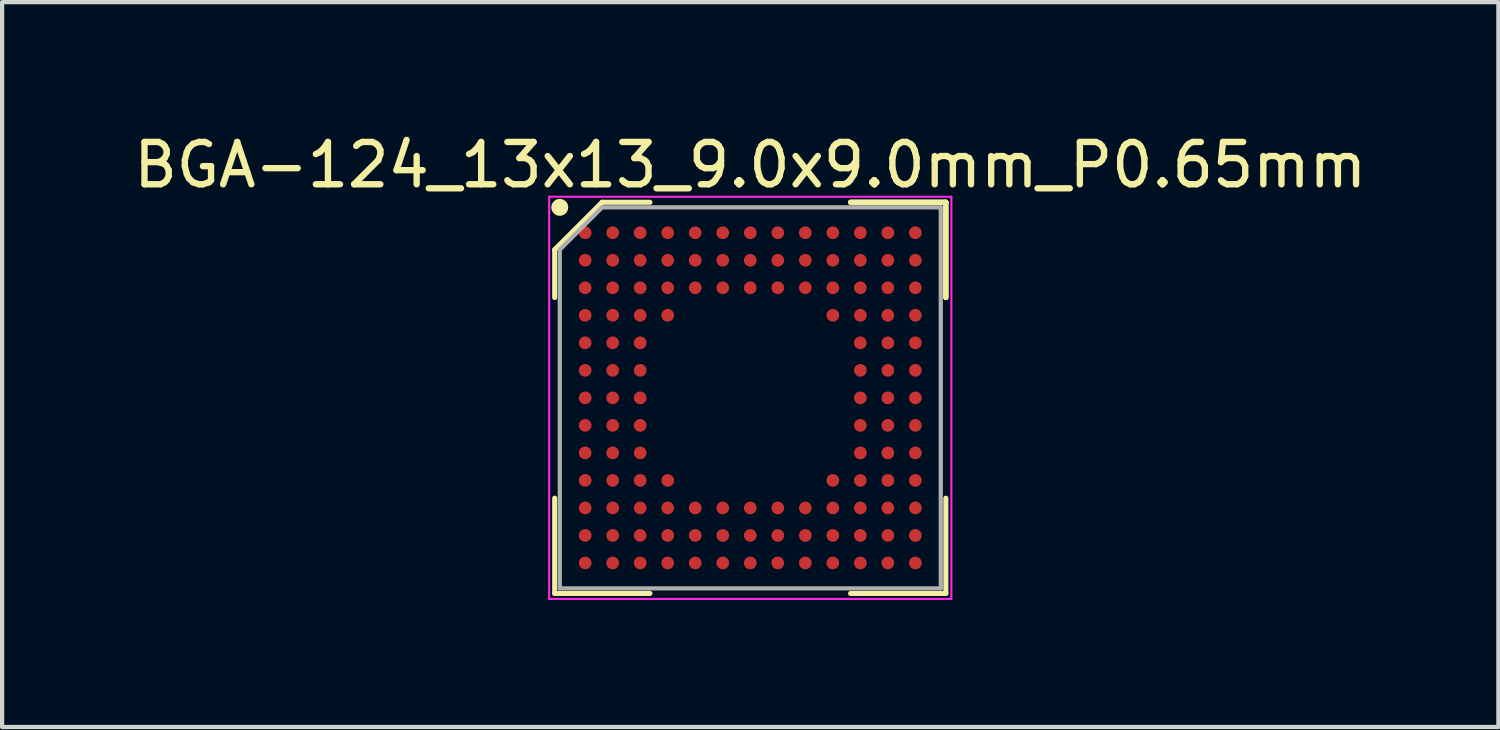
<source format=kicad_pcb>
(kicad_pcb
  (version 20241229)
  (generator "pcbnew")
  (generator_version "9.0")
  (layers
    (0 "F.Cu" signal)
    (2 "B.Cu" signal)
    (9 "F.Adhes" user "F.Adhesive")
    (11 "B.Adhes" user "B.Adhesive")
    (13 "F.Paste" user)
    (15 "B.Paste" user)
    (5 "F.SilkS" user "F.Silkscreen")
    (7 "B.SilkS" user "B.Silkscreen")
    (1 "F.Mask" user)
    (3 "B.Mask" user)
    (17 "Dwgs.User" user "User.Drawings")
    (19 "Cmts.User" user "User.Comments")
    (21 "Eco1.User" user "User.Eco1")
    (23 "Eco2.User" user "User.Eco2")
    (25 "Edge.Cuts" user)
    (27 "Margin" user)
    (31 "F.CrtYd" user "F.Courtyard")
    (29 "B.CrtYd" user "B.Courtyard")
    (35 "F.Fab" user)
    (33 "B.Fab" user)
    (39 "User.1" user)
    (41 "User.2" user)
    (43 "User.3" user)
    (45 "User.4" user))
  (footprint "BGA-124_13x13_9.0x9.0mm_P0.65mm"
    (layer "F.Cu")
    (at 14.673 6.348)
    (property "Reference" "BGA-124_13x13_9.0x9.0mm_P0.65mm" (at 0 -5.5 0) (layer "F.SilkS") (effects (font (size 1 1) (thickness 0.15))))
    (attr smd)
    (fp_line (start -4.62 -3.5) (end -4.62 -2.37) (stroke (width 0.12) (type solid)) (layer "F.SilkS"))
    (fp_line (start -4.62 4.62) (end -4.62 2.37) (stroke (width 0.12) (type solid)) (layer "F.SilkS"))
    (fp_line (start -3.5 -4.62) (end -4.62 -3.5) (stroke (width 0.12) (type solid)) (layer "F.SilkS"))
    (fp_line (start -2.37 -4.62) (end -3.5 -4.62) (stroke (width 0.12) (type solid)) (layer "F.SilkS"))
    (fp_line (start -2.37 4.62) (end -4.62 4.62) (stroke (width 0.12) (type solid)) (layer "F.SilkS"))
    (fp_line (start 2.37 -4.62) (end 4.62 -4.62) (stroke (width 0.12) (type solid)) (layer "F.SilkS"))
    (fp_line (start 2.37 -4.62) (end 4.62 -4.62) (stroke (width 0.12) (type solid)) (layer "F.SilkS"))
    (fp_line (start 2.37 -4.62) (end 4.62 -4.62) (stroke (width 0.12) (type solid)) (layer "F.SilkS"))
    (fp_line (start 2.37 4.62) (end 4.62 4.62) (stroke (width 0.12) (type solid)) (layer "F.SilkS"))
    (fp_line (start 4.62 -4.62) (end 4.62 -2.37) (stroke (width 0.12) (type solid)) (layer "F.SilkS"))
    (fp_line (start 4.62 -4.62) (end 4.62 -2.37) (stroke (width 0.12) (type solid)) (layer "F.SilkS"))
    (fp_line (start 4.62 -4.62) (end 4.62 -2.37) (stroke (width 0.12) (type solid)) (layer "F.SilkS"))
    (fp_line (start 4.62 4.62) (end 4.62 2.37) (stroke (width 0.12) (type solid)) (layer "F.SilkS"))
    (fp_circle (center -4.5 -4.5) (end -4.5 -4.4) (stroke (width 0.2) (type solid)) (fill no) (layer "F.SilkS"))
    (fp_line (start -4.75 -4.75) (end 4.75 -4.75) (stroke (width 0.05) (type solid)) (layer "F.CrtYd"))
    (fp_line (start -4.75 4.75) (end -4.75 -4.75) (stroke (width 0.05) (type solid)) (layer "F.CrtYd"))
    (fp_line (start 4.75 -4.75) (end 4.75 4.75) (stroke (width 0.05) (type solid)) (layer "F.CrtYd"))
    (fp_line (start 4.75 4.75) (end -4.75 4.75) (stroke (width 0.05) (type solid)) (layer "F.CrtYd"))
    (fp_line (start -4.5 -3.5) (end -4.5 4.5) (stroke (width 0.1) (type solid)) (layer "F.Fab"))
    (fp_line (start -4.5 4.5) (end 4.5 4.5) (stroke (width 0.1) (type solid)) (layer "F.Fab"))
    (fp_line (start -3.5 -4.5) (end -4.5 -3.5) (stroke (width 0.1) (type solid)) (layer "F.Fab"))
    (fp_line (start 4.5 -4.5) (end -3.5 -4.5) (stroke (width 0.1) (type solid)) (layer "F.Fab"))
    (fp_line (start 4.5 4.5) (end 4.5 -4.5) (stroke (width 0.1) (type solid)) (layer "F.Fab"))
    (pad "A1" smd circle (at -3.9 -3.9) (size 0.3 0.3) (layers "F.Cu" "F.Mask" "F.Paste"))
    (pad "A2" smd circle (at -3.25 -3.9) (size 0.3 0.3) (layers "F.Cu" "F.Mask" "F.Paste"))
    (pad "A3" smd circle (at -2.6 -3.9) (size 0.3 0.3) (layers "F.Cu" "F.Mask" "F.Paste"))
    (pad "A4" smd circle (at -1.95 -3.9) (size 0.3 0.3) (layers "F.Cu" "F.Mask" "F.Paste"))
    (pad "A5" smd circle (at -1.3 -3.9) (size 0.3 0.3) (layers "F.Cu" "F.Mask" "F.Paste"))
    (pad "A6" smd circle (at -0.65 -3.9) (size 0.3 0.3) (layers "F.Cu" "F.Mask" "F.Paste"))
    (pad "A7" smd circle (at 0 -3.9) (size 0.3 0.3) (layers "F.Cu" "F.Mask" "F.Paste"))
    (pad "A8" smd circle (at 0.65 -3.9) (size 0.3 0.3) (layers "F.Cu" "F.Mask" "F.Paste"))
    (pad "A9" smd circle (at 1.3 -3.9) (size 0.3 0.3) (layers "F.Cu" "F.Mask" "F.Paste"))
    (pad "A10" smd circle (at 1.95 -3.9) (size 0.3 0.3) (layers "F.Cu" "F.Mask" "F.Paste"))
    (pad "A11" smd circle (at 2.6 -3.9) (size 0.3 0.3) (layers "F.Cu" "F.Mask" "F.Paste"))
    (pad "A12" smd circle (at 3.25 -3.9) (size 0.3 0.3) (layers "F.Cu" "F.Mask" "F.Paste"))
    (pad "A13" smd circle (at 3.9 -3.9) (size 0.3 0.3) (layers "F.Cu" "F.Mask" "F.Paste"))
    (pad "B1" smd circle (at -3.9 -3.25) (size 0.3 0.3) (layers "F.Cu" "F.Mask" "F.Paste"))
    (pad "B2" smd circle (at -3.25 -3.25) (size 0.3 0.3) (layers "F.Cu" "F.Mask" "F.Paste"))
    (pad "B3" smd circle (at -2.6 -3.25) (size 0.3 0.3) (layers "F.Cu" "F.Mask" "F.Paste"))
    (pad "B4" smd circle (at -1.95 -3.25) (size 0.3 0.3) (layers "F.Cu" "F.Mask" "F.Paste"))
    (pad "B5" smd circle (at -1.3 -3.25) (size 0.3 0.3) (layers "F.Cu" "F.Mask" "F.Paste"))
    (pad "B6" smd circle (at -0.65 -3.25) (size 0.3 0.3) (layers "F.Cu" "F.Mask" "F.Paste"))
    (pad "B7" smd circle (at 0 -3.25) (size 0.3 0.3) (layers "F.Cu" "F.Mask" "F.Paste"))
    (pad "B8" smd circle (at 0.65 -3.25) (size 0.3 0.3) (layers "F.Cu" "F.Mask" "F.Paste"))
    (pad "B9" smd circle (at 1.3 -3.25) (size 0.3 0.3) (layers "F.Cu" "F.Mask" "F.Paste"))
    (pad "B10" smd circle (at 1.95 -3.25) (size 0.3 0.3) (layers "F.Cu" "F.Mask" "F.Paste"))
    (pad "B11" smd circle (at 2.6 -3.25) (size 0.3 0.3) (layers "F.Cu" "F.Mask" "F.Paste"))
    (pad "B12" smd circle (at 3.25 -3.25) (size 0.3 0.3) (layers "F.Cu" "F.Mask" "F.Paste"))
    (pad "B13" smd circle (at 3.9 -3.25) (size 0.3 0.3) (layers "F.Cu" "F.Mask" "F.Paste"))
    (pad "C1" smd circle (at -3.9 -2.6) (size 0.3 0.3) (layers "F.Cu" "F.Mask" "F.Paste"))
    (pad "C2" smd circle (at -3.25 -2.6) (size 0.3 0.3) (layers "F.Cu" "F.Mask" "F.Paste"))
    (pad "C3" smd circle (at -2.6 -2.6) (size 0.3 0.3) (layers "F.Cu" "F.Mask" "F.Paste"))
    (pad "C4" smd circle (at -1.95 -2.6) (size 0.3 0.3) (layers "F.Cu" "F.Mask" "F.Paste"))
    (pad "C5" smd circle (at -1.3 -2.6) (size 0.3 0.3) (layers "F.Cu" "F.Mask" "F.Paste"))
    (pad "C6" smd circle (at -0.65 -2.6) (size 0.3 0.3) (layers "F.Cu" "F.Mask" "F.Paste"))
    (pad "C7" smd circle (at 0 -2.6) (size 0.3 0.3) (layers "F.Cu" "F.Mask" "F.Paste"))
    (pad "C8" smd circle (at 0.65 -2.6) (size 0.3 0.3) (layers "F.Cu" "F.Mask" "F.Paste"))
    (pad "C9" smd circle (at 1.3 -2.6) (size 0.3 0.3) (layers "F.Cu" "F.Mask" "F.Paste"))
    (pad "C10" smd circle (at 1.95 -2.6) (size 0.3 0.3) (layers "F.Cu" "F.Mask" "F.Paste"))
    (pad "C11" smd circle (at 2.6 -2.6) (size 0.3 0.3) (layers "F.Cu" "F.Mask" "F.Paste"))
    (pad "C12" smd circle (at 3.25 -2.6) (size 0.3 0.3) (layers "F.Cu" "F.Mask" "F.Paste"))
    (pad "C13" smd circle (at 3.9 -2.6) (size 0.3 0.3) (layers "F.Cu" "F.Mask" "F.Paste"))
    (pad "D1" smd circle (at -3.9 -1.95) (size 0.3 0.3) (layers "F.Cu" "F.Mask" "F.Paste"))
    (pad "D2" smd circle (at -3.25 -1.95) (size 0.3 0.3) (layers "F.Cu" "F.Mask" "F.Paste"))
    (pad "D3" smd circle (at -2.6 -1.95) (size 0.3 0.3) (layers "F.Cu" "F.Mask" "F.Paste"))
    (pad "D4" smd circle (at -1.95 -1.95) (size 0.3 0.3) (layers "F.Cu" "F.Mask" "F.Paste"))
    (pad "D10" smd circle (at 1.95 -1.95) (size 0.3 0.3) (layers "F.Cu" "F.Mask" "F.Paste"))
    (pad "D11" smd circle (at 2.6 -1.95) (size 0.3 0.3) (layers "F.Cu" "F.Mask" "F.Paste"))
    (pad "D12" smd circle (at 3.25 -1.95) (size 0.3 0.3) (layers "F.Cu" "F.Mask" "F.Paste"))
    (pad "D13" smd circle (at 3.9 -1.95) (size 0.3 0.3) (layers "F.Cu" "F.Mask" "F.Paste"))
    (pad "E1" smd circle (at -3.9 -1.3) (size 0.3 0.3) (layers "F.Cu" "F.Mask" "F.Paste"))
    (pad "E2" smd circle (at -3.25 -1.3) (size 0.3 0.3) (layers "F.Cu" "F.Mask" "F.Paste"))
    (pad "E3" smd circle (at -2.6 -1.3) (size 0.3 0.3) (layers "F.Cu" "F.Mask" "F.Paste"))
    (pad "E11" smd circle (at 2.6 -1.3) (size 0.3 0.3) (layers "F.Cu" "F.Mask" "F.Paste"))
    (pad "E12" smd circle (at 3.25 -1.3) (size 0.3 0.3) (layers "F.Cu" "F.Mask" "F.Paste"))
    (pad "E13" smd circle (at 3.9 -1.3) (size 0.3 0.3) (layers "F.Cu" "F.Mask" "F.Paste"))
    (pad "F1" smd circle (at -3.9 -0.65) (size 0.3 0.3) (layers "F.Cu" "F.Mask" "F.Paste"))
    (pad "F2" smd circle (at -3.25 -0.65) (size 0.3 0.3) (layers "F.Cu" "F.Mask" "F.Paste"))
    (pad "F3" smd circle (at -2.6 -0.65) (size 0.3 0.3) (layers "F.Cu" "F.Mask" "F.Paste"))
    (pad "F11" smd circle (at 2.6 -0.65) (size 0.3 0.3) (layers "F.Cu" "F.Mask" "F.Paste"))
    (pad "F12" smd circle (at 3.25 -0.65) (size 0.3 0.3) (layers "F.Cu" "F.Mask" "F.Paste"))
    (pad "F13" smd circle (at 3.9 -0.65) (size 0.3 0.3) (layers "F.Cu" "F.Mask" "F.Paste"))
    (pad "G1" smd circle (at -3.9 0) (size 0.3 0.3) (layers "F.Cu" "F.Mask" "F.Paste"))
    (pad "G2" smd circle (at -3.25 0) (size 0.3 0.3) (layers "F.Cu" "F.Mask" "F.Paste"))
    (pad "G3" smd circle (at -2.6 0) (size 0.3 0.3) (layers "F.Cu" "F.Mask" "F.Paste"))
    (pad "G11" smd circle (at 2.6 0) (size 0.3 0.3) (layers "F.Cu" "F.Mask" "F.Paste"))
    (pad "G12" smd circle (at 3.25 0) (size 0.3 0.3) (layers "F.Cu" "F.Mask" "F.Paste"))
    (pad "G13" smd circle (at 3.9 0) (size 0.3 0.3) (layers "F.Cu" "F.Mask" "F.Paste"))
    (pad "H1" smd circle (at -3.9 0.65) (size 0.3 0.3) (layers "F.Cu" "F.Mask" "F.Paste"))
    (pad "H2" smd circle (at -3.25 0.65) (size 0.3 0.3) (layers "F.Cu" "F.Mask" "F.Paste"))
    (pad "H3" smd circle (at -2.6 0.65) (size 0.3 0.3) (layers "F.Cu" "F.Mask" "F.Paste"))
    (pad "H11" smd circle (at 2.6 0.65) (size 0.3 0.3) (layers "F.Cu" "F.Mask" "F.Paste"))
    (pad "H12" smd circle (at 3.25 0.65) (size 0.3 0.3) (layers "F.Cu" "F.Mask" "F.Paste"))
    (pad "H13" smd circle (at 3.9 0.65) (size 0.3 0.3) (layers "F.Cu" "F.Mask" "F.Paste"))
    (pad "J1" smd circle (at -3.9 1.3) (size 0.3 0.3) (layers "F.Cu" "F.Mask" "F.Paste"))
    (pad "J2" smd circle (at -3.25 1.3) (size 0.3 0.3) (layers "F.Cu" "F.Mask" "F.Paste"))
    (pad "J3" smd circle (at -2.6 1.3) (size 0.3 0.3) (layers "F.Cu" "F.Mask" "F.Paste"))
    (pad "J11" smd circle (at 2.6 1.3) (size 0.3 0.3) (layers "F.Cu" "F.Mask" "F.Paste"))
    (pad "J12" smd circle (at 3.25 1.3) (size 0.3 0.3) (layers "F.Cu" "F.Mask" "F.Paste"))
    (pad "J13" smd circle (at 3.9 1.3) (size 0.3 0.3) (layers "F.Cu" "F.Mask" "F.Paste"))
    (pad "K1" smd circle (at -3.9 1.95) (size 0.3 0.3) (layers "F.Cu" "F.Mask" "F.Paste"))
    (pad "K2" smd circle (at -3.25 1.95) (size 0.3 0.3) (layers "F.Cu" "F.Mask" "F.Paste"))
    (pad "K3" smd circle (at -2.6 1.95) (size 0.3 0.3) (layers "F.Cu" "F.Mask" "F.Paste"))
    (pad "K4" smd circle (at -1.95 1.95) (size 0.3 0.3) (layers "F.Cu" "F.Mask" "F.Paste"))
    (pad "K10" smd circle (at 1.95 1.95) (size 0.3 0.3) (layers "F.Cu" "F.Mask" "F.Paste"))
    (pad "K11" smd circle (at 2.6 1.95) (size 0.3 0.3) (layers "F.Cu" "F.Mask" "F.Paste"))
    (pad "K12" smd circle (at 3.25 1.95) (size 0.3 0.3) (layers "F.Cu" "F.Mask" "F.Paste"))
    (pad "K13" smd circle (at 3.9 1.95) (size 0.3 0.3) (layers "F.Cu" "F.Mask" "F.Paste"))
    (pad "L1" smd circle (at -3.9 2.6) (size 0.3 0.3) (layers "F.Cu" "F.Mask" "F.Paste"))
    (pad "L2" smd circle (at -3.25 2.6) (size 0.3 0.3) (layers "F.Cu" "F.Mask" "F.Paste"))
    (pad "L3" smd circle (at -2.6 2.6) (size 0.3 0.3) (layers "F.Cu" "F.Mask" "F.Paste"))
    (pad "L4" smd circle (at -1.95 2.6) (size 0.3 0.3) (layers "F.Cu" "F.Mask" "F.Paste"))
    (pad "L5" smd circle (at -1.3 2.6) (size 0.3 0.3) (layers "F.Cu" "F.Mask" "F.Paste"))
    (pad "L6" smd circle (at -0.65 2.6) (size 0.3 0.3) (layers "F.Cu" "F.Mask" "F.Paste"))
    (pad "L7" smd circle (at 0 2.6) (size 0.3 0.3) (layers "F.Cu" "F.Mask" "F.Paste"))
    (pad "L8" smd circle (at 0.65 2.6) (size 0.3 0.3) (layers "F.Cu" "F.Mask" "F.Paste"))
    (pad "L9" smd circle (at 1.3 2.6) (size 0.3 0.3) (layers "F.Cu" "F.Mask" "F.Paste"))
    (pad "L10" smd circle (at 1.95 2.6) (size 0.3 0.3) (layers "F.Cu" "F.Mask" "F.Paste"))
    (pad "L11" smd circle (at 2.6 2.6) (size 0.3 0.3) (layers "F.Cu" "F.Mask" "F.Paste"))
    (pad "L12" smd circle (at 3.25 2.6) (size 0.3 0.3) (layers "F.Cu" "F.Mask" "F.Paste"))
    (pad "L13" smd circle (at 3.9 2.6) (size 0.3 0.3) (layers "F.Cu" "F.Mask" "F.Paste"))
    (pad "M1" smd circle (at -3.9 3.25) (size 0.3 0.3) (layers "F.Cu" "F.Mask" "F.Paste"))
    (pad "M2" smd circle (at -3.25 3.25) (size 0.3 0.3) (layers "F.Cu" "F.Mask" "F.Paste"))
    (pad "M3" smd circle (at -2.6 3.25) (size 0.3 0.3) (layers "F.Cu" "F.Mask" "F.Paste"))
    (pad "M4" smd circle (at -1.95 3.25) (size 0.3 0.3) (layers "F.Cu" "F.Mask" "F.Paste"))
    (pad "M5" smd circle (at -1.3 3.25) (size 0.3 0.3) (layers "F.Cu" "F.Mask" "F.Paste"))
    (pad "M6" smd circle (at -0.65 3.25) (size 0.3 0.3) (layers "F.Cu" "F.Mask" "F.Paste"))
    (pad "M7" smd circle (at 0 3.25) (size 0.3 0.3) (layers "F.Cu" "F.Mask" "F.Paste"))
    (pad "M8" smd circle (at 0.65 3.25) (size 0.3 0.3) (layers "F.Cu" "F.Mask" "F.Paste"))
    (pad "M9" smd circle (at 1.3 3.25) (size 0.3 0.3) (layers "F.Cu" "F.Mask" "F.Paste"))
    (pad "M10" smd circle (at 1.95 3.25) (size 0.3 0.3) (layers "F.Cu" "F.Mask" "F.Paste"))
    (pad "M11" smd circle (at 2.6 3.25) (size 0.3 0.3) (layers "F.Cu" "F.Mask" "F.Paste"))
    (pad "M12" smd circle (at 3.25 3.25) (size 0.3 0.3) (layers "F.Cu" "F.Mask" "F.Paste"))
    (pad "M13" smd circle (at 3.9 3.25) (size 0.3 0.3) (layers "F.Cu" "F.Mask" "F.Paste"))
    (pad "N1" smd circle (at -3.9 3.9) (size 0.3 0.3) (layers "F.Cu" "F.Mask" "F.Paste"))
    (pad "N2" smd circle (at -3.25 3.9) (size 0.3 0.3) (layers "F.Cu" "F.Mask" "F.Paste"))
    (pad "N3" smd circle (at -2.6 3.9) (size 0.3 0.3) (layers "F.Cu" "F.Mask" "F.Paste"))
    (pad "N4" smd circle (at -1.95 3.9) (size 0.3 0.3) (layers "F.Cu" "F.Mask" "F.Paste"))
    (pad "N5" smd circle (at -1.3 3.9) (size 0.3 0.3) (layers "F.Cu" "F.Mask" "F.Paste"))
    (pad "N6" smd circle (at -0.65 3.9) (size 0.3 0.3) (layers "F.Cu" "F.Mask" "F.Paste"))
    (pad "N7" smd circle (at 0 3.9) (size 0.3 0.3) (layers "F.Cu" "F.Mask" "F.Paste"))
    (pad "N8" smd circle (at 0.65 3.9) (size 0.3 0.3) (layers "F.Cu" "F.Mask" "F.Paste"))
    (pad "N9" smd circle (at 1.3 3.9) (size 0.3 0.3) (layers "F.Cu" "F.Mask" "F.Paste"))
    (pad "N10" smd circle (at 1.95 3.9) (size 0.3 0.3) (layers "F.Cu" "F.Mask" "F.Paste"))
    (pad "N11" smd circle (at 2.6 3.9) (size 0.3 0.3) (layers "F.Cu" "F.Mask" "F.Paste"))
    (pad "N12" smd circle (at 3.25 3.9) (size 0.3 0.3) (layers "F.Cu" "F.Mask" "F.Paste"))
    (pad "N13" smd circle (at 3.9 3.9) (size 0.3 0.3) (layers "F.Cu" "F.Mask" "F.Paste")))
  (gr_rect
    (start -3 -3)
    (end 32.345 14.123)
    (stroke (width 0.1) (type default))
    (fill no)
    (layer "Edge.Cuts")))
</source>
